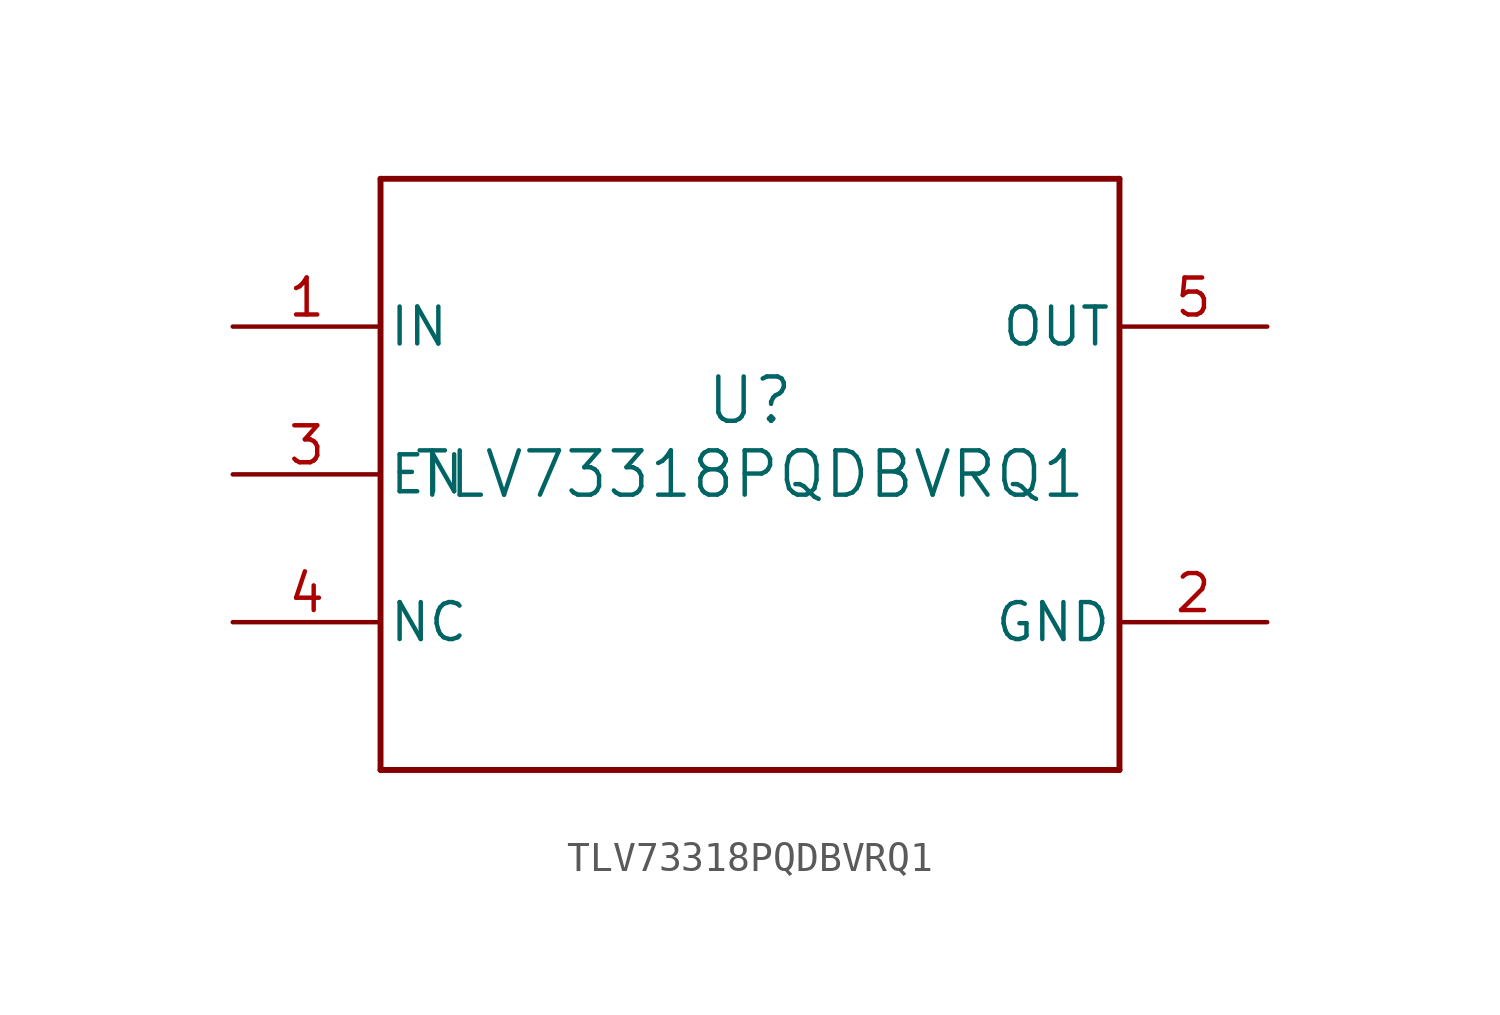
<source format=kicad_sym>
(kicad_symbol_lib
  (version 20211014)
  (generator kicad_symbol_editor)
  (symbol "TLV73318PQDBVRQ1"
    (pin_names
      (offset 0.254))
    (property "Reference" "U"
      (at 0 2.54 0)
      (effects (font (size 1.524 1.524))))
    (property "Value" "TLV73318PQDBVRQ1"
      (at 0 0 0)
      (effects (font (size 1.524 1.524))))
    (symbol "TLV73318PQDBVRQ1_0_1"
      (polyline (pts (xy -12.7 -10.16) (xy 12.7 -10.16)) (stroke (width 0.203) (type default) (color 0 0 0 0)) (fill (type none)))
      (polyline (pts (xy 12.7 -10.16) (xy 12.7 10.16)) (stroke (width 0.203) (type default) (color 0 0 0 0)) (fill (type none)))
      (polyline (pts (xy 12.7 10.16) (xy -12.7 10.16)) (stroke (width 0.203) (type default) (color 0 0 0 0)) (fill (type none)))
      (polyline (pts (xy -12.7 10.16) (xy -12.7 -10.16)) (stroke (width 0.203) (type default) (color 0 0 0 0)) (fill (type none)))
      (pin input line (at -17.78 5.08 0) (length 5.08) (name "IN" (effects (font (size 1.27 1.27)))) (number "1" (effects (font (size 1.27 1.27)))))
      (pin power_in line (at 17.78 -5.08 180) (length 5.08) (name "GND" (effects (font (size 1.27 1.27)))) (number "2" (effects (font (size 1.27 1.27)))))
      (pin input line (at -17.78 0 0) (length 5.08) (name "EN" (effects (font (size 1.27 1.27)))) (number "3" (effects (font (size 1.27 1.27)))))
      (pin unspecified line (at -17.78 -5.08 0) (length 5.08) (name "NC" (effects (font (size 1.27 1.27)))) (number "4" (effects (font (size 1.27 1.27)))))
      (pin output line (at 17.78 5.08 180) (length 5.08) (name "OUT" (effects (font (size 1.27 1.27)))) (number "5" (effects (font (size 1.27 1.27))))))))
</source>
